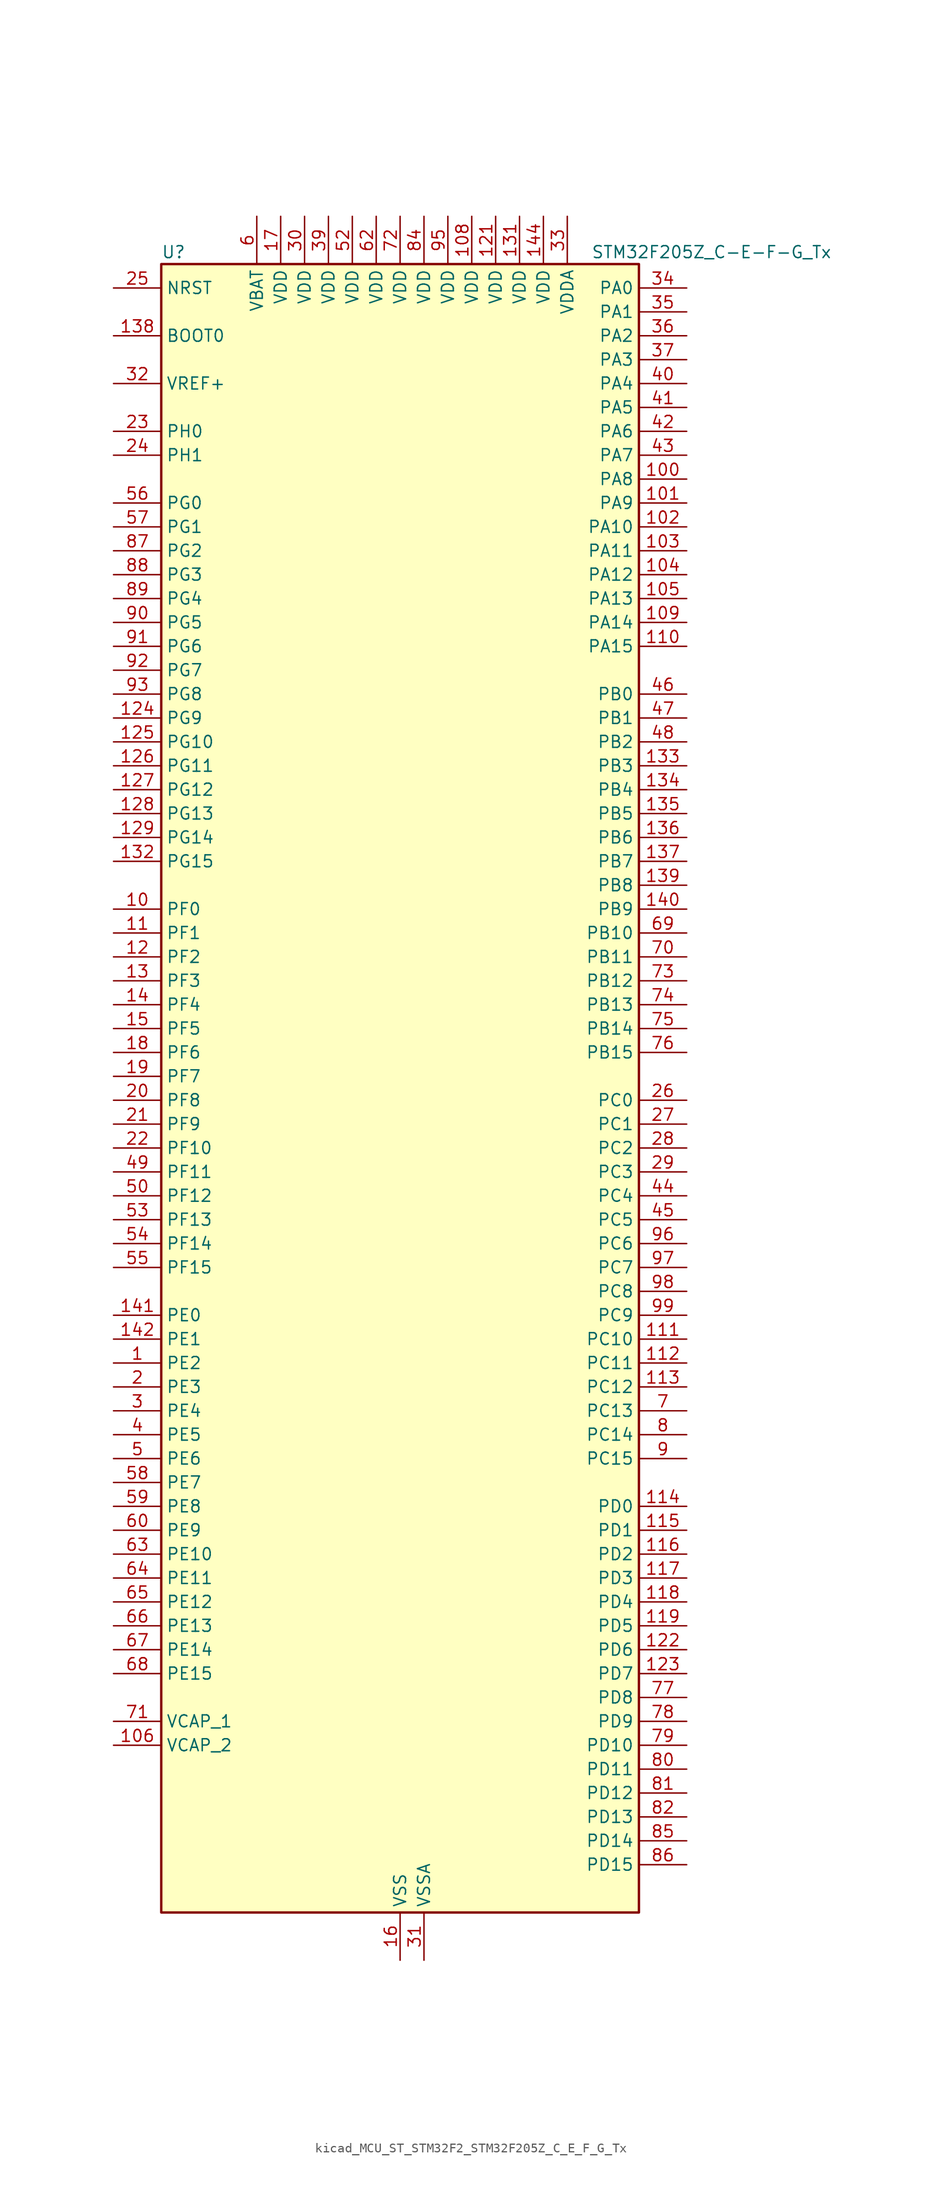
<source format=kicad_sym>
(kicad_symbol_lib
  (version 20220914)
  (generator kicad_symbol_editor)
  (symbol "kicad_MCU_ST_STM32F2_STM32F205Z_C_E_F_G_Tx"
    (property "Reference" "U"
      (at -25.4 90.17 0)
      (effects (font (size 1.27 1.27)) (justify left)))
    (property "Value" "STM32F205Z_C-E-F-G_Tx"
      (at 20.32 90.17 0)
      (effects (font (size 1.27 1.27)) (justify left)))
    (property "ki_locked" ""
      (at 0 0 0)
      (effects (font (size 1.27 1.27))))
    (symbol "kicad_MCU_ST_STM32F2_STM32F205Z_C_E_F_G_Tx_0_1"
      (rectangle (start -25.4 -86.36) (end 25.4 88.9) (stroke (width 0.254) (type default)) (fill (type background))))
    (symbol "kicad_MCU_ST_STM32F2_STM32F205Z_C_E_F_G_Tx_1_1"
      (pin bidirectional line (at -30.48 -27.94 0) (length 5.08) (name "PE2" (effects (font (size 1.27 1.27)))) (number "1" (effects (font (size 1.27 1.27)))) (alternate "FSMC_A23" bidirectional line) (alternate "SYS_TRACECLK" bidirectional line))
      (pin bidirectional line (at -30.48 20.32 0) (length 5.08) (name "PF0" (effects (font (size 1.27 1.27)))) (number "10" (effects (font (size 1.27 1.27)))) (alternate "FSMC_A0" bidirectional line) (alternate "I2C2_SDA" bidirectional line))
      (pin bidirectional line (at 30.48 66.04 180) (length 5.08) (name "PA8" (effects (font (size 1.27 1.27)))) (number "100" (effects (font (size 1.27 1.27)))) (alternate "I2C3_SCL" bidirectional line) (alternate "RCC_MCO_1" bidirectional line) (alternate "TIM1_CH1" bidirectional line) (alternate "USART1_CK" bidirectional line) (alternate "USB_OTG_FS_SOF" bidirectional line))
      (pin bidirectional line (at 30.48 63.5 180) (length 5.08) (name "PA9" (effects (font (size 1.27 1.27)))) (number "101" (effects (font (size 1.27 1.27)))) (alternate "DAC_EXTI9" bidirectional line) (alternate "I2C3_SMBA" bidirectional line) (alternate "TIM1_CH2" bidirectional line) (alternate "USART1_TX" bidirectional line) (alternate "USB_OTG_FS_VBUS" bidirectional line))
      (pin bidirectional line (at 30.48 60.96 180) (length 5.08) (name "PA10" (effects (font (size 1.27 1.27)))) (number "102" (effects (font (size 1.27 1.27)))) (alternate "TIM1_CH3" bidirectional line) (alternate "USART1_RX" bidirectional line) (alternate "USB_OTG_FS_ID" bidirectional line))
      (pin bidirectional line (at 30.48 58.42 180) (length 5.08) (name "PA11" (effects (font (size 1.27 1.27)))) (number "103" (effects (font (size 1.27 1.27)))) (alternate "ADC1_EXTI11" bidirectional line) (alternate "ADC2_EXTI11" bidirectional line) (alternate "ADC3_EXTI11" bidirectional line) (alternate "CAN1_RX" bidirectional line) (alternate "TIM1_CH4" bidirectional line) (alternate "USART1_CTS" bidirectional line) (alternate "USB_OTG_FS_DM" bidirectional line))
      (pin bidirectional line (at 30.48 55.88 180) (length 5.08) (name "PA12" (effects (font (size 1.27 1.27)))) (number "104" (effects (font (size 1.27 1.27)))) (alternate "CAN1_TX" bidirectional line) (alternate "TIM1_ETR" bidirectional line) (alternate "USART1_RTS" bidirectional line) (alternate "USB_OTG_FS_DP" bidirectional line))
      (pin bidirectional line (at 30.48 53.34 180) (length 5.08) (name "PA13" (effects (font (size 1.27 1.27)))) (number "105" (effects (font (size 1.27 1.27)))) (alternate "SYS_JTMS-SWDIO" bidirectional line))
      (pin power_out line (at -30.48 -68.58 0) (length 5.08) (name "VCAP_2" (effects (font (size 1.27 1.27)))) (number "106" (effects (font (size 1.27 1.27)))))
      (pin passive line (at 0 -91.44 90) (length 5.08) hide (name "VSS" (effects (font (size 1.27 1.27)))) (number "107" (effects (font (size 1.27 1.27)))))
      (pin power_in line (at 7.62 93.98 270) (length 5.08) (name "VDD" (effects (font (size 1.27 1.27)))) (number "108" (effects (font (size 1.27 1.27)))))
      (pin bidirectional line (at 30.48 50.8 180) (length 5.08) (name "PA14" (effects (font (size 1.27 1.27)))) (number "109" (effects (font (size 1.27 1.27)))) (alternate "SYS_JTCK-SWCLK" bidirectional line))
      (pin bidirectional line (at -30.48 17.78 0) (length 5.08) (name "PF1" (effects (font (size 1.27 1.27)))) (number "11" (effects (font (size 1.27 1.27)))) (alternate "FSMC_A1" bidirectional line) (alternate "I2C2_SCL" bidirectional line))
      (pin bidirectional line (at 30.48 48.26 180) (length 5.08) (name "PA15" (effects (font (size 1.27 1.27)))) (number "110" (effects (font (size 1.27 1.27)))) (alternate "ADC1_EXTI15" bidirectional line) (alternate "ADC2_EXTI15" bidirectional line) (alternate "ADC3_EXTI15" bidirectional line) (alternate "I2S3_WS" bidirectional line) (alternate "SPI1_NSS" bidirectional line) (alternate "SPI3_NSS" bidirectional line) (alternate "SYS_JTDI" bidirectional line) (alternate "TIM2_CH1" bidirectional line) (alternate "TIM2_ETR" bidirectional line))
      (pin bidirectional line (at 30.48 -25.4 180) (length 5.08) (name "PC10" (effects (font (size 1.27 1.27)))) (number "111" (effects (font (size 1.27 1.27)))) (alternate "I2S3_SCK" bidirectional line) (alternate "SDIO_D2" bidirectional line) (alternate "SPI3_SCK" bidirectional line) (alternate "UART4_TX" bidirectional line) (alternate "USART3_TX" bidirectional line))
      (pin bidirectional line (at 30.48 -27.94 180) (length 5.08) (name "PC11" (effects (font (size 1.27 1.27)))) (number "112" (effects (font (size 1.27 1.27)))) (alternate "ADC1_EXTI11" bidirectional line) (alternate "ADC2_EXTI11" bidirectional line) (alternate "ADC3_EXTI11" bidirectional line) (alternate "SDIO_D3" bidirectional line) (alternate "SPI3_MISO" bidirectional line) (alternate "UART4_RX" bidirectional line) (alternate "USART3_RX" bidirectional line))
      (pin bidirectional line (at 30.48 -30.48 180) (length 5.08) (name "PC12" (effects (font (size 1.27 1.27)))) (number "113" (effects (font (size 1.27 1.27)))) (alternate "I2S3_SD" bidirectional line) (alternate "SDIO_CK" bidirectional line) (alternate "SPI3_MOSI" bidirectional line) (alternate "UART5_TX" bidirectional line) (alternate "USART3_CK" bidirectional line))
      (pin bidirectional line (at 30.48 -43.18 180) (length 5.08) (name "PD0" (effects (font (size 1.27 1.27)))) (number "114" (effects (font (size 1.27 1.27)))) (alternate "CAN1_RX" bidirectional line) (alternate "FSMC_D2" bidirectional line) (alternate "FSMC_DA2" bidirectional line))
      (pin bidirectional line (at 30.48 -45.72 180) (length 5.08) (name "PD1" (effects (font (size 1.27 1.27)))) (number "115" (effects (font (size 1.27 1.27)))) (alternate "CAN1_TX" bidirectional line) (alternate "FSMC_D3" bidirectional line) (alternate "FSMC_DA3" bidirectional line))
      (pin bidirectional line (at 30.48 -48.26 180) (length 5.08) (name "PD2" (effects (font (size 1.27 1.27)))) (number "116" (effects (font (size 1.27 1.27)))) (alternate "SDIO_CMD" bidirectional line) (alternate "TIM3_ETR" bidirectional line) (alternate "UART5_RX" bidirectional line))
      (pin bidirectional line (at 30.48 -50.8 180) (length 5.08) (name "PD3" (effects (font (size 1.27 1.27)))) (number "117" (effects (font (size 1.27 1.27)))) (alternate "FSMC_CLK" bidirectional line) (alternate "USART2_CTS" bidirectional line))
      (pin bidirectional line (at 30.48 -53.34 180) (length 5.08) (name "PD4" (effects (font (size 1.27 1.27)))) (number "118" (effects (font (size 1.27 1.27)))) (alternate "FSMC_NOE" bidirectional line) (alternate "USART2_RTS" bidirectional line))
      (pin bidirectional line (at 30.48 -55.88 180) (length 5.08) (name "PD5" (effects (font (size 1.27 1.27)))) (number "119" (effects (font (size 1.27 1.27)))) (alternate "FSMC_NWE" bidirectional line) (alternate "USART2_TX" bidirectional line))
      (pin bidirectional line (at -30.48 15.24 0) (length 5.08) (name "PF2" (effects (font (size 1.27 1.27)))) (number "12" (effects (font (size 1.27 1.27)))) (alternate "FSMC_A2" bidirectional line) (alternate "I2C2_SMBA" bidirectional line))
      (pin passive line (at 0 -91.44 90) (length 5.08) hide (name "VSS" (effects (font (size 1.27 1.27)))) (number "120" (effects (font (size 1.27 1.27)))))
      (pin power_in line (at 10.16 93.98 270) (length 5.08) (name "VDD" (effects (font (size 1.27 1.27)))) (number "121" (effects (font (size 1.27 1.27)))))
      (pin bidirectional line (at 30.48 -58.42 180) (length 5.08) (name "PD6" (effects (font (size 1.27 1.27)))) (number "122" (effects (font (size 1.27 1.27)))) (alternate "FSMC_NWAIT" bidirectional line) (alternate "USART2_RX" bidirectional line))
      (pin bidirectional line (at 30.48 -60.96 180) (length 5.08) (name "PD7" (effects (font (size 1.27 1.27)))) (number "123" (effects (font (size 1.27 1.27)))) (alternate "FSMC_NCE2" bidirectional line) (alternate "FSMC_NE1" bidirectional line) (alternate "USART2_CK" bidirectional line))
      (pin bidirectional line (at -30.48 40.64 0) (length 5.08) (name "PG9" (effects (font (size 1.27 1.27)))) (number "124" (effects (font (size 1.27 1.27)))) (alternate "DAC_EXTI9" bidirectional line) (alternate "FSMC_NCE3" bidirectional line) (alternate "FSMC_NE2" bidirectional line) (alternate "USART6_RX" bidirectional line))
      (pin bidirectional line (at -30.48 38.1 0) (length 5.08) (name "PG10" (effects (font (size 1.27 1.27)))) (number "125" (effects (font (size 1.27 1.27)))) (alternate "FSMC_NCE4_1" bidirectional line) (alternate "FSMC_NE3" bidirectional line))
      (pin bidirectional line (at -30.48 35.56 0) (length 5.08) (name "PG11" (effects (font (size 1.27 1.27)))) (number "126" (effects (font (size 1.27 1.27)))) (alternate "ADC1_EXTI11" bidirectional line) (alternate "ADC2_EXTI11" bidirectional line) (alternate "ADC3_EXTI11" bidirectional line) (alternate "FSMC_NCE4_2" bidirectional line))
      (pin bidirectional line (at -30.48 33.02 0) (length 5.08) (name "PG12" (effects (font (size 1.27 1.27)))) (number "127" (effects (font (size 1.27 1.27)))) (alternate "FSMC_NE4" bidirectional line) (alternate "USART6_RTS" bidirectional line))
      (pin bidirectional line (at -30.48 30.48 0) (length 5.08) (name "PG13" (effects (font (size 1.27 1.27)))) (number "128" (effects (font (size 1.27 1.27)))) (alternate "FSMC_A24" bidirectional line) (alternate "USART6_CTS" bidirectional line))
      (pin bidirectional line (at -30.48 27.94 0) (length 5.08) (name "PG14" (effects (font (size 1.27 1.27)))) (number "129" (effects (font (size 1.27 1.27)))) (alternate "FSMC_A25" bidirectional line) (alternate "USART6_TX" bidirectional line))
      (pin bidirectional line (at -30.48 12.7 0) (length 5.08) (name "PF3" (effects (font (size 1.27 1.27)))) (number "13" (effects (font (size 1.27 1.27)))) (alternate "ADC3_IN9" bidirectional line) (alternate "FSMC_A3" bidirectional line))
      (pin passive line (at 0 -91.44 90) (length 5.08) hide (name "VSS" (effects (font (size 1.27 1.27)))) (number "130" (effects (font (size 1.27 1.27)))))
      (pin power_in line (at 12.7 93.98 270) (length 5.08) (name "VDD" (effects (font (size 1.27 1.27)))) (number "131" (effects (font (size 1.27 1.27)))))
      (pin bidirectional line (at -30.48 25.4 0) (length 5.08) (name "PG15" (effects (font (size 1.27 1.27)))) (number "132" (effects (font (size 1.27 1.27)))) (alternate "ADC1_EXTI15" bidirectional line) (alternate "ADC2_EXTI15" bidirectional line) (alternate "ADC3_EXTI15" bidirectional line) (alternate "USART6_CTS" bidirectional line))
      (pin bidirectional line (at 30.48 35.56 180) (length 5.08) (name "PB3" (effects (font (size 1.27 1.27)))) (number "133" (effects (font (size 1.27 1.27)))) (alternate "I2S3_SCK" bidirectional line) (alternate "SPI1_SCK" bidirectional line) (alternate "SPI3_SCK" bidirectional line) (alternate "SYS_JTDO-SWO" bidirectional line) (alternate "TIM2_CH2" bidirectional line))
      (pin bidirectional line (at 30.48 33.02 180) (length 5.08) (name "PB4" (effects (font (size 1.27 1.27)))) (number "134" (effects (font (size 1.27 1.27)))) (alternate "SPI1_MISO" bidirectional line) (alternate "SPI3_MISO" bidirectional line) (alternate "SYS_JTRST" bidirectional line) (alternate "TIM3_CH1" bidirectional line))
      (pin bidirectional line (at 30.48 30.48 180) (length 5.08) (name "PB5" (effects (font (size 1.27 1.27)))) (number "135" (effects (font (size 1.27 1.27)))) (alternate "CAN2_RX" bidirectional line) (alternate "I2C1_SMBA" bidirectional line) (alternate "I2S3_SD" bidirectional line) (alternate "SPI1_MOSI" bidirectional line) (alternate "SPI3_MOSI" bidirectional line) (alternate "TIM3_CH2" bidirectional line) (alternate "USB_OTG_HS_ULPI_D7" bidirectional line))
      (pin bidirectional line (at 30.48 27.94 180) (length 5.08) (name "PB6" (effects (font (size 1.27 1.27)))) (number "136" (effects (font (size 1.27 1.27)))) (alternate "CAN2_TX" bidirectional line) (alternate "I2C1_SCL" bidirectional line) (alternate "TIM4_CH1" bidirectional line) (alternate "USART1_TX" bidirectional line))
      (pin bidirectional line (at 30.48 25.4 180) (length 5.08) (name "PB7" (effects (font (size 1.27 1.27)))) (number "137" (effects (font (size 1.27 1.27)))) (alternate "FSMC_NL" bidirectional line) (alternate "I2C1_SDA" bidirectional line) (alternate "TIM4_CH2" bidirectional line) (alternate "USART1_RX" bidirectional line))
      (pin input line (at -30.48 81.28 0) (length 5.08) (name "BOOT0" (effects (font (size 1.27 1.27)))) (number "138" (effects (font (size 1.27 1.27)))))
      (pin bidirectional line (at 30.48 22.86 180) (length 5.08) (name "PB8" (effects (font (size 1.27 1.27)))) (number "139" (effects (font (size 1.27 1.27)))) (alternate "CAN1_RX" bidirectional line) (alternate "I2C1_SCL" bidirectional line) (alternate "SDIO_D4" bidirectional line) (alternate "TIM10_CH1" bidirectional line) (alternate "TIM4_CH3" bidirectional line))
      (pin bidirectional line (at -30.48 10.16 0) (length 5.08) (name "PF4" (effects (font (size 1.27 1.27)))) (number "14" (effects (font (size 1.27 1.27)))) (alternate "ADC3_IN14" bidirectional line) (alternate "FSMC_A4" bidirectional line))
      (pin bidirectional line (at 30.48 20.32 180) (length 5.08) (name "PB9" (effects (font (size 1.27 1.27)))) (number "140" (effects (font (size 1.27 1.27)))) (alternate "CAN1_TX" bidirectional line) (alternate "DAC_EXTI9" bidirectional line) (alternate "I2C1_SDA" bidirectional line) (alternate "I2S2_WS" bidirectional line) (alternate "SDIO_D5" bidirectional line) (alternate "SPI2_NSS" bidirectional line) (alternate "TIM11_CH1" bidirectional line) (alternate "TIM4_CH4" bidirectional line))
      (pin bidirectional line (at -30.48 -22.86 0) (length 5.08) (name "PE0" (effects (font (size 1.27 1.27)))) (number "141" (effects (font (size 1.27 1.27)))) (alternate "FSMC_NBL0" bidirectional line) (alternate "TIM4_ETR" bidirectional line))
      (pin bidirectional line (at -30.48 -25.4 0) (length 5.08) (name "PE1" (effects (font (size 1.27 1.27)))) (number "142" (effects (font (size 1.27 1.27)))) (alternate "FSMC_NBL1" bidirectional line))
      (pin no_connect line (at -25.4 -86.36 0) (length 5.08) hide (name "RFU" (effects (font (size 1.27 1.27)))) (number "143" (effects (font (size 1.27 1.27)))))
      (pin power_in line (at 15.24 93.98 270) (length 5.08) (name "VDD" (effects (font (size 1.27 1.27)))) (number "144" (effects (font (size 1.27 1.27)))))
      (pin bidirectional line (at -30.48 7.62 0) (length 5.08) (name "PF5" (effects (font (size 1.27 1.27)))) (number "15" (effects (font (size 1.27 1.27)))) (alternate "ADC3_IN15" bidirectional line) (alternate "FSMC_A5" bidirectional line))
      (pin power_in line (at 0 -91.44 90) (length 5.08) (name "VSS" (effects (font (size 1.27 1.27)))) (number "16" (effects (font (size 1.27 1.27)))))
      (pin power_in line (at -12.7 93.98 270) (length 5.08) (name "VDD" (effects (font (size 1.27 1.27)))) (number "17" (effects (font (size 1.27 1.27)))))
      (pin bidirectional line (at -30.48 5.08 0) (length 5.08) (name "PF6" (effects (font (size 1.27 1.27)))) (number "18" (effects (font (size 1.27 1.27)))) (alternate "ADC3_IN4" bidirectional line) (alternate "FSMC_NIORD" bidirectional line) (alternate "TIM10_CH1" bidirectional line))
      (pin bidirectional line (at -30.48 2.54 0) (length 5.08) (name "PF7" (effects (font (size 1.27 1.27)))) (number "19" (effects (font (size 1.27 1.27)))) (alternate "ADC3_IN5" bidirectional line) (alternate "FSMC_NREG" bidirectional line) (alternate "TIM11_CH1" bidirectional line))
      (pin bidirectional line (at -30.48 -30.48 0) (length 5.08) (name "PE3" (effects (font (size 1.27 1.27)))) (number "2" (effects (font (size 1.27 1.27)))) (alternate "FSMC_A19" bidirectional line) (alternate "SYS_TRACED0" bidirectional line))
      (pin bidirectional line (at -30.48 0 0) (length 5.08) (name "PF8" (effects (font (size 1.27 1.27)))) (number "20" (effects (font (size 1.27 1.27)))) (alternate "ADC3_IN6" bidirectional line) (alternate "FSMC_NIOWR" bidirectional line) (alternate "TIM13_CH1" bidirectional line))
      (pin bidirectional line (at -30.48 -2.54 0) (length 5.08) (name "PF9" (effects (font (size 1.27 1.27)))) (number "21" (effects (font (size 1.27 1.27)))) (alternate "ADC3_IN7" bidirectional line) (alternate "DAC_EXTI9" bidirectional line) (alternate "FSMC_CD" bidirectional line) (alternate "TIM14_CH1" bidirectional line))
      (pin bidirectional line (at -30.48 -5.08 0) (length 5.08) (name "PF10" (effects (font (size 1.27 1.27)))) (number "22" (effects (font (size 1.27 1.27)))) (alternate "ADC3_IN8" bidirectional line) (alternate "FSMC_INTR" bidirectional line))
      (pin bidirectional line (at -30.48 71.12 0) (length 5.08) (name "PH0" (effects (font (size 1.27 1.27)))) (number "23" (effects (font (size 1.27 1.27)))) (alternate "RCC_OSC_IN" bidirectional line))
      (pin bidirectional line (at -30.48 68.58 0) (length 5.08) (name "PH1" (effects (font (size 1.27 1.27)))) (number "24" (effects (font (size 1.27 1.27)))) (alternate "RCC_OSC_OUT" bidirectional line))
      (pin input line (at -30.48 86.36 0) (length 5.08) (name "NRST" (effects (font (size 1.27 1.27)))) (number "25" (effects (font (size 1.27 1.27)))))
      (pin bidirectional line (at 30.48 0 180) (length 5.08) (name "PC0" (effects (font (size 1.27 1.27)))) (number "26" (effects (font (size 1.27 1.27)))) (alternate "ADC1_IN10" bidirectional line) (alternate "ADC2_IN10" bidirectional line) (alternate "ADC3_IN10" bidirectional line) (alternate "USB_OTG_HS_ULPI_STP" bidirectional line))
      (pin bidirectional line (at 30.48 -2.54 180) (length 5.08) (name "PC1" (effects (font (size 1.27 1.27)))) (number "27" (effects (font (size 1.27 1.27)))) (alternate "ADC1_IN11" bidirectional line) (alternate "ADC2_IN11" bidirectional line) (alternate "ADC3_IN11" bidirectional line))
      (pin bidirectional line (at 30.48 -5.08 180) (length 5.08) (name "PC2" (effects (font (size 1.27 1.27)))) (number "28" (effects (font (size 1.27 1.27)))) (alternate "ADC1_IN12" bidirectional line) (alternate "ADC2_IN12" bidirectional line) (alternate "ADC3_IN12" bidirectional line) (alternate "SPI2_MISO" bidirectional line) (alternate "USB_OTG_HS_ULPI_DIR" bidirectional line))
      (pin bidirectional line (at 30.48 -7.62 180) (length 5.08) (name "PC3" (effects (font (size 1.27 1.27)))) (number "29" (effects (font (size 1.27 1.27)))) (alternate "ADC1_IN13" bidirectional line) (alternate "ADC2_IN13" bidirectional line) (alternate "ADC3_IN13" bidirectional line) (alternate "I2S2_SD" bidirectional line) (alternate "SPI2_MOSI" bidirectional line) (alternate "USB_OTG_HS_ULPI_NXT" bidirectional line))
      (pin bidirectional line (at -30.48 -33.02 0) (length 5.08) (name "PE4" (effects (font (size 1.27 1.27)))) (number "3" (effects (font (size 1.27 1.27)))) (alternate "FSMC_A20" bidirectional line) (alternate "SYS_TRACED1" bidirectional line))
      (pin power_in line (at -10.16 93.98 270) (length 5.08) (name "VDD" (effects (font (size 1.27 1.27)))) (number "30" (effects (font (size 1.27 1.27)))))
      (pin power_in line (at 2.54 -91.44 90) (length 5.08) (name "VSSA" (effects (font (size 1.27 1.27)))) (number "31" (effects (font (size 1.27 1.27)))))
      (pin input line (at -30.48 76.2 0) (length 5.08) (name "VREF+" (effects (font (size 1.27 1.27)))) (number "32" (effects (font (size 1.27 1.27)))))
      (pin power_in line (at 17.78 93.98 270) (length 5.08) (name "VDDA" (effects (font (size 1.27 1.27)))) (number "33" (effects (font (size 1.27 1.27)))))
      (pin bidirectional line (at 30.48 86.36 180) (length 5.08) (name "PA0" (effects (font (size 1.27 1.27)))) (number "34" (effects (font (size 1.27 1.27)))) (alternate "ADC1_IN0" bidirectional line) (alternate "ADC2_IN0" bidirectional line) (alternate "ADC3_IN0" bidirectional line) (alternate "SYS_WKUP" bidirectional line) (alternate "TIM2_CH1" bidirectional line) (alternate "TIM2_ETR" bidirectional line) (alternate "TIM5_CH1" bidirectional line) (alternate "TIM8_ETR" bidirectional line) (alternate "UART4_TX" bidirectional line) (alternate "USART2_CTS" bidirectional line))
      (pin bidirectional line (at 30.48 83.82 180) (length 5.08) (name "PA1" (effects (font (size 1.27 1.27)))) (number "35" (effects (font (size 1.27 1.27)))) (alternate "ADC1_IN1" bidirectional line) (alternate "ADC2_IN1" bidirectional line) (alternate "ADC3_IN1" bidirectional line) (alternate "TIM2_CH2" bidirectional line) (alternate "TIM5_CH2" bidirectional line) (alternate "UART4_RX" bidirectional line) (alternate "USART2_RTS" bidirectional line))
      (pin bidirectional line (at 30.48 81.28 180) (length 5.08) (name "PA2" (effects (font (size 1.27 1.27)))) (number "36" (effects (font (size 1.27 1.27)))) (alternate "ADC1_IN2" bidirectional line) (alternate "ADC2_IN2" bidirectional line) (alternate "ADC3_IN2" bidirectional line) (alternate "TIM2_CH3" bidirectional line) (alternate "TIM5_CH3" bidirectional line) (alternate "TIM9_CH1" bidirectional line) (alternate "USART2_TX" bidirectional line))
      (pin bidirectional line (at 30.48 78.74 180) (length 5.08) (name "PA3" (effects (font (size 1.27 1.27)))) (number "37" (effects (font (size 1.27 1.27)))) (alternate "ADC1_IN3" bidirectional line) (alternate "ADC2_IN3" bidirectional line) (alternate "ADC3_IN3" bidirectional line) (alternate "TIM2_CH4" bidirectional line) (alternate "TIM5_CH4" bidirectional line) (alternate "TIM9_CH2" bidirectional line) (alternate "USART2_RX" bidirectional line) (alternate "USB_OTG_HS_ULPI_D0" bidirectional line))
      (pin passive line (at 0 -91.44 90) (length 5.08) hide (name "VSS" (effects (font (size 1.27 1.27)))) (number "38" (effects (font (size 1.27 1.27)))))
      (pin power_in line (at -7.62 93.98 270) (length 5.08) (name "VDD" (effects (font (size 1.27 1.27)))) (number "39" (effects (font (size 1.27 1.27)))))
      (pin bidirectional line (at -30.48 -35.56 0) (length 5.08) (name "PE5" (effects (font (size 1.27 1.27)))) (number "4" (effects (font (size 1.27 1.27)))) (alternate "FSMC_A21" bidirectional line) (alternate "SYS_TRACED2" bidirectional line) (alternate "TIM9_CH1" bidirectional line))
      (pin bidirectional line (at 30.48 76.2 180) (length 5.08) (name "PA4" (effects (font (size 1.27 1.27)))) (number "40" (effects (font (size 1.27 1.27)))) (alternate "ADC1_IN4" bidirectional line) (alternate "ADC2_IN4" bidirectional line) (alternate "DAC_OUT1" bidirectional line) (alternate "I2S3_WS" bidirectional line) (alternate "SPI1_NSS" bidirectional line) (alternate "SPI3_NSS" bidirectional line) (alternate "USART2_CK" bidirectional line) (alternate "USB_OTG_HS_SOF" bidirectional line))
      (pin bidirectional line (at 30.48 73.66 180) (length 5.08) (name "PA5" (effects (font (size 1.27 1.27)))) (number "41" (effects (font (size 1.27 1.27)))) (alternate "ADC1_IN5" bidirectional line) (alternate "ADC2_IN5" bidirectional line) (alternate "DAC_OUT2" bidirectional line) (alternate "SPI1_SCK" bidirectional line) (alternate "TIM2_CH1" bidirectional line) (alternate "TIM2_ETR" bidirectional line) (alternate "TIM8_CH1N" bidirectional line) (alternate "USB_OTG_HS_ULPI_CK" bidirectional line))
      (pin bidirectional line (at 30.48 71.12 180) (length 5.08) (name "PA6" (effects (font (size 1.27 1.27)))) (number "42" (effects (font (size 1.27 1.27)))) (alternate "ADC1_IN6" bidirectional line) (alternate "ADC2_IN6" bidirectional line) (alternate "SPI1_MISO" bidirectional line) (alternate "TIM13_CH1" bidirectional line) (alternate "TIM1_BKIN" bidirectional line) (alternate "TIM3_CH1" bidirectional line) (alternate "TIM8_BKIN" bidirectional line))
      (pin bidirectional line (at 30.48 68.58 180) (length 5.08) (name "PA7" (effects (font (size 1.27 1.27)))) (number "43" (effects (font (size 1.27 1.27)))) (alternate "ADC1_IN7" bidirectional line) (alternate "ADC2_IN7" bidirectional line) (alternate "SPI1_MOSI" bidirectional line) (alternate "TIM14_CH1" bidirectional line) (alternate "TIM1_CH1N" bidirectional line) (alternate "TIM3_CH2" bidirectional line) (alternate "TIM8_CH1N" bidirectional line))
      (pin bidirectional line (at 30.48 -10.16 180) (length 5.08) (name "PC4" (effects (font (size 1.27 1.27)))) (number "44" (effects (font (size 1.27 1.27)))) (alternate "ADC1_IN14" bidirectional line) (alternate "ADC2_IN14" bidirectional line))
      (pin bidirectional line (at 30.48 -12.7 180) (length 5.08) (name "PC5" (effects (font (size 1.27 1.27)))) (number "45" (effects (font (size 1.27 1.27)))) (alternate "ADC1_IN15" bidirectional line) (alternate "ADC2_IN15" bidirectional line))
      (pin bidirectional line (at 30.48 43.18 180) (length 5.08) (name "PB0" (effects (font (size 1.27 1.27)))) (number "46" (effects (font (size 1.27 1.27)))) (alternate "ADC1_IN8" bidirectional line) (alternate "ADC2_IN8" bidirectional line) (alternate "TIM1_CH2N" bidirectional line) (alternate "TIM3_CH3" bidirectional line) (alternate "TIM8_CH2N" bidirectional line) (alternate "USB_OTG_HS_ULPI_D1" bidirectional line))
      (pin bidirectional line (at 30.48 40.64 180) (length 5.08) (name "PB1" (effects (font (size 1.27 1.27)))) (number "47" (effects (font (size 1.27 1.27)))) (alternate "ADC1_IN9" bidirectional line) (alternate "ADC2_IN9" bidirectional line) (alternate "TIM1_CH3N" bidirectional line) (alternate "TIM3_CH4" bidirectional line) (alternate "TIM8_CH3N" bidirectional line) (alternate "USB_OTG_HS_ULPI_D2" bidirectional line))
      (pin bidirectional line (at 30.48 38.1 180) (length 5.08) (name "PB2" (effects (font (size 1.27 1.27)))) (number "48" (effects (font (size 1.27 1.27)))))
      (pin bidirectional line (at -30.48 -7.62 0) (length 5.08) (name "PF11" (effects (font (size 1.27 1.27)))) (number "49" (effects (font (size 1.27 1.27)))) (alternate "ADC1_EXTI11" bidirectional line) (alternate "ADC2_EXTI11" bidirectional line) (alternate "ADC3_EXTI11" bidirectional line))
      (pin bidirectional line (at -30.48 -38.1 0) (length 5.08) (name "PE6" (effects (font (size 1.27 1.27)))) (number "5" (effects (font (size 1.27 1.27)))) (alternate "FSMC_A22" bidirectional line) (alternate "SYS_TRACED3" bidirectional line) (alternate "TIM9_CH2" bidirectional line))
      (pin bidirectional line (at -30.48 -10.16 0) (length 5.08) (name "PF12" (effects (font (size 1.27 1.27)))) (number "50" (effects (font (size 1.27 1.27)))) (alternate "FSMC_A6" bidirectional line))
      (pin passive line (at 0 -91.44 90) (length 5.08) hide (name "VSS" (effects (font (size 1.27 1.27)))) (number "51" (effects (font (size 1.27 1.27)))))
      (pin power_in line (at -5.08 93.98 270) (length 5.08) (name "VDD" (effects (font (size 1.27 1.27)))) (number "52" (effects (font (size 1.27 1.27)))))
      (pin bidirectional line (at -30.48 -12.7 0) (length 5.08) (name "PF13" (effects (font (size 1.27 1.27)))) (number "53" (effects (font (size 1.27 1.27)))) (alternate "FSMC_A7" bidirectional line))
      (pin bidirectional line (at -30.48 -15.24 0) (length 5.08) (name "PF14" (effects (font (size 1.27 1.27)))) (number "54" (effects (font (size 1.27 1.27)))) (alternate "FSMC_A8" bidirectional line))
      (pin bidirectional line (at -30.48 -17.78 0) (length 5.08) (name "PF15" (effects (font (size 1.27 1.27)))) (number "55" (effects (font (size 1.27 1.27)))) (alternate "ADC1_EXTI15" bidirectional line) (alternate "ADC2_EXTI15" bidirectional line) (alternate "ADC3_EXTI15" bidirectional line) (alternate "FSMC_A9" bidirectional line))
      (pin bidirectional line (at -30.48 63.5 0) (length 5.08) (name "PG0" (effects (font (size 1.27 1.27)))) (number "56" (effects (font (size 1.27 1.27)))) (alternate "FSMC_A10" bidirectional line))
      (pin bidirectional line (at -30.48 60.96 0) (length 5.08) (name "PG1" (effects (font (size 1.27 1.27)))) (number "57" (effects (font (size 1.27 1.27)))) (alternate "FSMC_A11" bidirectional line))
      (pin bidirectional line (at -30.48 -40.64 0) (length 5.08) (name "PE7" (effects (font (size 1.27 1.27)))) (number "58" (effects (font (size 1.27 1.27)))) (alternate "FSMC_D4" bidirectional line) (alternate "FSMC_DA4" bidirectional line) (alternate "TIM1_ETR" bidirectional line))
      (pin bidirectional line (at -30.48 -43.18 0) (length 5.08) (name "PE8" (effects (font (size 1.27 1.27)))) (number "59" (effects (font (size 1.27 1.27)))) (alternate "FSMC_D5" bidirectional line) (alternate "FSMC_DA5" bidirectional line) (alternate "TIM1_CH1N" bidirectional line))
      (pin power_in line (at -15.24 93.98 270) (length 5.08) (name "VBAT" (effects (font (size 1.27 1.27)))) (number "6" (effects (font (size 1.27 1.27)))))
      (pin bidirectional line (at -30.48 -45.72 0) (length 5.08) (name "PE9" (effects (font (size 1.27 1.27)))) (number "60" (effects (font (size 1.27 1.27)))) (alternate "DAC_EXTI9" bidirectional line) (alternate "FSMC_D6" bidirectional line) (alternate "FSMC_DA6" bidirectional line) (alternate "TIM1_CH1" bidirectional line))
      (pin passive line (at 0 -91.44 90) (length 5.08) hide (name "VSS" (effects (font (size 1.27 1.27)))) (number "61" (effects (font (size 1.27 1.27)))))
      (pin power_in line (at -2.54 93.98 270) (length 5.08) (name "VDD" (effects (font (size 1.27 1.27)))) (number "62" (effects (font (size 1.27 1.27)))))
      (pin bidirectional line (at -30.48 -48.26 0) (length 5.08) (name "PE10" (effects (font (size 1.27 1.27)))) (number "63" (effects (font (size 1.27 1.27)))) (alternate "FSMC_D7" bidirectional line) (alternate "FSMC_DA7" bidirectional line) (alternate "TIM1_CH2N" bidirectional line))
      (pin bidirectional line (at -30.48 -50.8 0) (length 5.08) (name "PE11" (effects (font (size 1.27 1.27)))) (number "64" (effects (font (size 1.27 1.27)))) (alternate "ADC1_EXTI11" bidirectional line) (alternate "ADC2_EXTI11" bidirectional line) (alternate "ADC3_EXTI11" bidirectional line) (alternate "FSMC_D8" bidirectional line) (alternate "FSMC_DA8" bidirectional line) (alternate "TIM1_CH2" bidirectional line))
      (pin bidirectional line (at -30.48 -53.34 0) (length 5.08) (name "PE12" (effects (font (size 1.27 1.27)))) (number "65" (effects (font (size 1.27 1.27)))) (alternate "FSMC_D9" bidirectional line) (alternate "FSMC_DA9" bidirectional line) (alternate "TIM1_CH3N" bidirectional line))
      (pin bidirectional line (at -30.48 -55.88 0) (length 5.08) (name "PE13" (effects (font (size 1.27 1.27)))) (number "66" (effects (font (size 1.27 1.27)))) (alternate "FSMC_D10" bidirectional line) (alternate "FSMC_DA10" bidirectional line) (alternate "TIM1_CH3" bidirectional line))
      (pin bidirectional line (at -30.48 -58.42 0) (length 5.08) (name "PE14" (effects (font (size 1.27 1.27)))) (number "67" (effects (font (size 1.27 1.27)))) (alternate "FSMC_D11" bidirectional line) (alternate "FSMC_DA11" bidirectional line) (alternate "TIM1_CH4" bidirectional line))
      (pin bidirectional line (at -30.48 -60.96 0) (length 5.08) (name "PE15" (effects (font (size 1.27 1.27)))) (number "68" (effects (font (size 1.27 1.27)))) (alternate "ADC1_EXTI15" bidirectional line) (alternate "ADC2_EXTI15" bidirectional line) (alternate "ADC3_EXTI15" bidirectional line) (alternate "FSMC_D12" bidirectional line) (alternate "FSMC_DA12" bidirectional line) (alternate "TIM1_BKIN" bidirectional line))
      (pin bidirectional line (at 30.48 17.78 180) (length 5.08) (name "PB10" (effects (font (size 1.27 1.27)))) (number "69" (effects (font (size 1.27 1.27)))) (alternate "I2C2_SCL" bidirectional line) (alternate "I2S2_SCK" bidirectional line) (alternate "SPI2_SCK" bidirectional line) (alternate "TIM2_CH3" bidirectional line) (alternate "USART3_TX" bidirectional line) (alternate "USB_OTG_HS_ULPI_D3" bidirectional line))
      (pin bidirectional line (at 30.48 -33.02 180) (length 5.08) (name "PC13" (effects (font (size 1.27 1.27)))) (number "7" (effects (font (size 1.27 1.27)))) (alternate "RTC_AF1" bidirectional line))
      (pin bidirectional line (at 30.48 15.24 180) (length 5.08) (name "PB11" (effects (font (size 1.27 1.27)))) (number "70" (effects (font (size 1.27 1.27)))) (alternate "ADC1_EXTI11" bidirectional line) (alternate "ADC2_EXTI11" bidirectional line) (alternate "ADC3_EXTI11" bidirectional line) (alternate "I2C2_SDA" bidirectional line) (alternate "TIM2_CH4" bidirectional line) (alternate "USART3_RX" bidirectional line) (alternate "USB_OTG_HS_ULPI_D4" bidirectional line))
      (pin power_out line (at -30.48 -66.04 0) (length 5.08) (name "VCAP_1" (effects (font (size 1.27 1.27)))) (number "71" (effects (font (size 1.27 1.27)))))
      (pin power_in line (at 0 93.98 270) (length 5.08) (name "VDD" (effects (font (size 1.27 1.27)))) (number "72" (effects (font (size 1.27 1.27)))))
      (pin bidirectional line (at 30.48 12.7 180) (length 5.08) (name "PB12" (effects (font (size 1.27 1.27)))) (number "73" (effects (font (size 1.27 1.27)))) (alternate "CAN2_RX" bidirectional line) (alternate "I2C2_SMBA" bidirectional line) (alternate "I2S2_WS" bidirectional line) (alternate "SPI2_NSS" bidirectional line) (alternate "TIM1_BKIN" bidirectional line) (alternate "USART3_CK" bidirectional line) (alternate "USB_OTG_HS_ID" bidirectional line) (alternate "USB_OTG_HS_ULPI_D5" bidirectional line))
      (pin bidirectional line (at 30.48 10.16 180) (length 5.08) (name "PB13" (effects (font (size 1.27 1.27)))) (number "74" (effects (font (size 1.27 1.27)))) (alternate "CAN2_TX" bidirectional line) (alternate "I2S2_SCK" bidirectional line) (alternate "SPI2_SCK" bidirectional line) (alternate "TIM1_CH1N" bidirectional line) (alternate "USART3_CTS" bidirectional line) (alternate "USB_OTG_HS_ULPI_D6" bidirectional line) (alternate "USB_OTG_HS_VBUS" bidirectional line))
      (pin bidirectional line (at 30.48 7.62 180) (length 5.08) (name "PB14" (effects (font (size 1.27 1.27)))) (number "75" (effects (font (size 1.27 1.27)))) (alternate "SPI2_MISO" bidirectional line) (alternate "TIM12_CH1" bidirectional line) (alternate "TIM1_CH2N" bidirectional line) (alternate "TIM8_CH2N" bidirectional line) (alternate "USART3_RTS" bidirectional line) (alternate "USB_OTG_HS_DM" bidirectional line))
      (pin bidirectional line (at 30.48 5.08 180) (length 5.08) (name "PB15" (effects (font (size 1.27 1.27)))) (number "76" (effects (font (size 1.27 1.27)))) (alternate "ADC1_EXTI15" bidirectional line) (alternate "ADC2_EXTI15" bidirectional line) (alternate "ADC3_EXTI15" bidirectional line) (alternate "I2S2_SD" bidirectional line) (alternate "RTC_REFIN" bidirectional line) (alternate "SPI2_MOSI" bidirectional line) (alternate "TIM12_CH2" bidirectional line) (alternate "TIM1_CH3N" bidirectional line) (alternate "TIM8_CH3N" bidirectional line) (alternate "USB_OTG_HS_DP" bidirectional line))
      (pin bidirectional line (at 30.48 -63.5 180) (length 5.08) (name "PD8" (effects (font (size 1.27 1.27)))) (number "77" (effects (font (size 1.27 1.27)))) (alternate "FSMC_D13" bidirectional line) (alternate "FSMC_DA13" bidirectional line) (alternate "USART3_TX" bidirectional line))
      (pin bidirectional line (at 30.48 -66.04 180) (length 5.08) (name "PD9" (effects (font (size 1.27 1.27)))) (number "78" (effects (font (size 1.27 1.27)))) (alternate "DAC_EXTI9" bidirectional line) (alternate "FSMC_D14" bidirectional line) (alternate "FSMC_DA14" bidirectional line) (alternate "USART3_RX" bidirectional line))
      (pin bidirectional line (at 30.48 -68.58 180) (length 5.08) (name "PD10" (effects (font (size 1.27 1.27)))) (number "79" (effects (font (size 1.27 1.27)))) (alternate "FSMC_D15" bidirectional line) (alternate "FSMC_DA15" bidirectional line) (alternate "USART3_CK" bidirectional line))
      (pin bidirectional line (at 30.48 -35.56 180) (length 5.08) (name "PC14" (effects (font (size 1.27 1.27)))) (number "8" (effects (font (size 1.27 1.27)))) (alternate "RCC_OSC32_IN" bidirectional line))
      (pin bidirectional line (at 30.48 -71.12 180) (length 5.08) (name "PD11" (effects (font (size 1.27 1.27)))) (number "80" (effects (font (size 1.27 1.27)))) (alternate "ADC1_EXTI11" bidirectional line) (alternate "ADC2_EXTI11" bidirectional line) (alternate "ADC3_EXTI11" bidirectional line) (alternate "FSMC_A16" bidirectional line) (alternate "FSMC_CLE" bidirectional line) (alternate "USART3_CTS" bidirectional line))
      (pin bidirectional line (at 30.48 -73.66 180) (length 5.08) (name "PD12" (effects (font (size 1.27 1.27)))) (number "81" (effects (font (size 1.27 1.27)))) (alternate "FSMC_A17" bidirectional line) (alternate "FSMC_ALE" bidirectional line) (alternate "TIM4_CH1" bidirectional line) (alternate "USART3_RTS" bidirectional line))
      (pin bidirectional line (at 30.48 -76.2 180) (length 5.08) (name "PD13" (effects (font (size 1.27 1.27)))) (number "82" (effects (font (size 1.27 1.27)))) (alternate "FSMC_A18" bidirectional line) (alternate "TIM4_CH2" bidirectional line))
      (pin passive line (at 0 -91.44 90) (length 5.08) hide (name "VSS" (effects (font (size 1.27 1.27)))) (number "83" (effects (font (size 1.27 1.27)))))
      (pin power_in line (at 2.54 93.98 270) (length 5.08) (name "VDD" (effects (font (size 1.27 1.27)))) (number "84" (effects (font (size 1.27 1.27)))))
      (pin bidirectional line (at 30.48 -78.74 180) (length 5.08) (name "PD14" (effects (font (size 1.27 1.27)))) (number "85" (effects (font (size 1.27 1.27)))) (alternate "FSMC_D0" bidirectional line) (alternate "FSMC_DA0" bidirectional line) (alternate "TIM4_CH3" bidirectional line))
      (pin bidirectional line (at 30.48 -81.28 180) (length 5.08) (name "PD15" (effects (font (size 1.27 1.27)))) (number "86" (effects (font (size 1.27 1.27)))) (alternate "ADC1_EXTI15" bidirectional line) (alternate "ADC2_EXTI15" bidirectional line) (alternate "ADC3_EXTI15" bidirectional line) (alternate "FSMC_D1" bidirectional line) (alternate "FSMC_DA1" bidirectional line) (alternate "TIM4_CH4" bidirectional line))
      (pin bidirectional line (at -30.48 58.42 0) (length 5.08) (name "PG2" (effects (font (size 1.27 1.27)))) (number "87" (effects (font (size 1.27 1.27)))) (alternate "FSMC_A12" bidirectional line))
      (pin bidirectional line (at -30.48 55.88 0) (length 5.08) (name "PG3" (effects (font (size 1.27 1.27)))) (number "88" (effects (font (size 1.27 1.27)))) (alternate "FSMC_A13" bidirectional line))
      (pin bidirectional line (at -30.48 53.34 0) (length 5.08) (name "PG4" (effects (font (size 1.27 1.27)))) (number "89" (effects (font (size 1.27 1.27)))) (alternate "FSMC_A14" bidirectional line))
      (pin bidirectional line (at 30.48 -38.1 180) (length 5.08) (name "PC15" (effects (font (size 1.27 1.27)))) (number "9" (effects (font (size 1.27 1.27)))) (alternate "ADC1_EXTI15" bidirectional line) (alternate "ADC2_EXTI15" bidirectional line) (alternate "ADC3_EXTI15" bidirectional line) (alternate "RCC_OSC32_OUT" bidirectional line))
      (pin bidirectional line (at -30.48 50.8 0) (length 5.08) (name "PG5" (effects (font (size 1.27 1.27)))) (number "90" (effects (font (size 1.27 1.27)))) (alternate "FSMC_A15" bidirectional line))
      (pin bidirectional line (at -30.48 48.26 0) (length 5.08) (name "PG6" (effects (font (size 1.27 1.27)))) (number "91" (effects (font (size 1.27 1.27)))) (alternate "FSMC_INT2" bidirectional line))
      (pin bidirectional line (at -30.48 45.72 0) (length 5.08) (name "PG7" (effects (font (size 1.27 1.27)))) (number "92" (effects (font (size 1.27 1.27)))) (alternate "FSMC_INT3" bidirectional line) (alternate "USART6_CK" bidirectional line))
      (pin bidirectional line (at -30.48 43.18 0) (length 5.08) (name "PG8" (effects (font (size 1.27 1.27)))) (number "93" (effects (font (size 1.27 1.27)))) (alternate "USART6_RTS" bidirectional line))
      (pin passive line (at 0 -91.44 90) (length 5.08) hide (name "VSS" (effects (font (size 1.27 1.27)))) (number "94" (effects (font (size 1.27 1.27)))))
      (pin power_in line (at 5.08 93.98 270) (length 5.08) (name "VDD" (effects (font (size 1.27 1.27)))) (number "95" (effects (font (size 1.27 1.27)))))
      (pin bidirectional line (at 30.48 -15.24 180) (length 5.08) (name "PC6" (effects (font (size 1.27 1.27)))) (number "96" (effects (font (size 1.27 1.27)))) (alternate "I2S2_MCK" bidirectional line) (alternate "SDIO_D6" bidirectional line) (alternate "TIM3_CH1" bidirectional line) (alternate "TIM8_CH1" bidirectional line) (alternate "USART6_TX" bidirectional line))
      (pin bidirectional line (at 30.48 -17.78 180) (length 5.08) (name "PC7" (effects (font (size 1.27 1.27)))) (number "97" (effects (font (size 1.27 1.27)))) (alternate "I2S3_MCK" bidirectional line) (alternate "SDIO_D7" bidirectional line) (alternate "TIM3_CH2" bidirectional line) (alternate "TIM8_CH2" bidirectional line) (alternate "USART6_RX" bidirectional line))
      (pin bidirectional line (at 30.48 -20.32 180) (length 5.08) (name "PC8" (effects (font (size 1.27 1.27)))) (number "98" (effects (font (size 1.27 1.27)))) (alternate "SDIO_D0" bidirectional line) (alternate "TIM3_CH3" bidirectional line) (alternate "TIM8_CH3" bidirectional line) (alternate "USART6_CK" bidirectional line))
      (pin bidirectional line (at 30.48 -22.86 180) (length 5.08) (name "PC9" (effects (font (size 1.27 1.27)))) (number "99" (effects (font (size 1.27 1.27)))) (alternate "DAC_EXTI9" bidirectional line) (alternate "I2C3_SDA" bidirectional line) (alternate "I2S_CKIN" bidirectional line) (alternate "RCC_MCO_2" bidirectional line) (alternate "SDIO_D1" bidirectional line) (alternate "TIM3_CH4" bidirectional line) (alternate "TIM8_CH4" bidirectional line)))))
</source>
